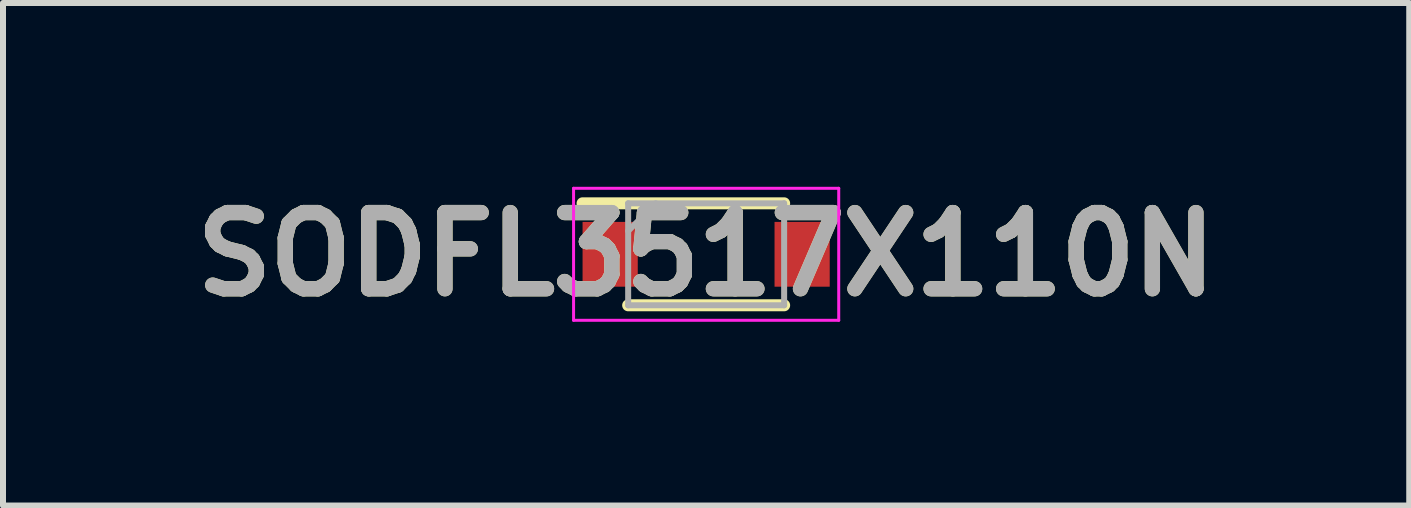
<source format=kicad_pcb>
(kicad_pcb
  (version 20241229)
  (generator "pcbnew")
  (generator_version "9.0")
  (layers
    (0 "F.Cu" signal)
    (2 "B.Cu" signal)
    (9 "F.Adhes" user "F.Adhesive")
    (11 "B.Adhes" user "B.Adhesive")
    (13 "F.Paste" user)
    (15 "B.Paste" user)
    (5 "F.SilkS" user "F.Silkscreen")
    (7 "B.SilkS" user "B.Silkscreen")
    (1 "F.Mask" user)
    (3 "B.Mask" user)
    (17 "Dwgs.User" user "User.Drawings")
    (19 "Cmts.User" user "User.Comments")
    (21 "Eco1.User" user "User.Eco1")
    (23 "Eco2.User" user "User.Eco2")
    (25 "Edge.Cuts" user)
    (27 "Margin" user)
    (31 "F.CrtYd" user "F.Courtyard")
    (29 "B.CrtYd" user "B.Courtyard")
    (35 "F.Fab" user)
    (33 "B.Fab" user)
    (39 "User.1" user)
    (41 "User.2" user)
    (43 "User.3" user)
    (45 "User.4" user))
  (footprint "SODFL3517X110N"
    (layer "F.Cu")
    (at 8.721 1.189)
    (property "Reference" "SODFL3517X110N" (at 0 0 0) (layer "F.SilkS") (effects (font (size 1.27 1.27) (thickness 0.254))))
    (attr smd)
    (fp_line (start -2.06 -0.85) (end 1.3 -0.85) (stroke (width 0.2) (type solid)) (layer "F.SilkS"))
    (fp_line (start -1.3 0.85) (end 1.3 0.85) (stroke (width 0.2) (type solid)) (layer "F.SilkS"))
    (fp_line (start -2.21 -1.1) (end 2.21 -1.1) (stroke (width 0.05) (type solid)) (layer "F.CrtYd"))
    (fp_line (start -2.21 1.1) (end -2.21 -1.1) (stroke (width 0.05) (type solid)) (layer "F.CrtYd"))
    (fp_line (start 2.21 -1.1) (end 2.21 1.1) (stroke (width 0.05) (type solid)) (layer "F.CrtYd"))
    (fp_line (start 2.21 1.1) (end -2.21 1.1) (stroke (width 0.05) (type solid)) (layer "F.CrtYd"))
    (fp_line (start -1.3 -0.85) (end 1.3 -0.85) (stroke (width 0.1) (type solid)) (layer "F.Fab"))
    (fp_line (start -1.3 -0.39) (end -0.84 -0.85) (stroke (width 0.1) (type solid)) (layer "F.Fab"))
    (fp_line (start -1.3 0.85) (end -1.3 -0.85) (stroke (width 0.1) (type solid)) (layer "F.Fab"))
    (fp_line (start 1.3 -0.85) (end 1.3 0.85) (stroke (width 0.1) (type solid)) (layer "F.Fab"))
    (fp_line (start 1.3 0.85) (end -1.3 0.85) (stroke (width 0.1) (type solid)) (layer "F.Fab"))
    (fp_text user "${REFERENCE}" (at 0 0 0) (layer "F.Fab") (effects (font (size 1.27 1.27) (thickness 0.254))))
    (pad "1" smd rect (at -1.6 0 90) (size 1.08 0.92) (layers "F.Cu" "F.Mask" "F.Paste"))
    (pad "2" smd rect (at 1.6 0 90) (size 1.08 0.92) (layers "F.Cu" "F.Mask" "F.Paste")))
  (gr_rect
    (start -3 -3)
    (end 20.441 5.377)
    (stroke (width 0.1) (type default))
    (fill no)
    (layer "Edge.Cuts")))
</source>
